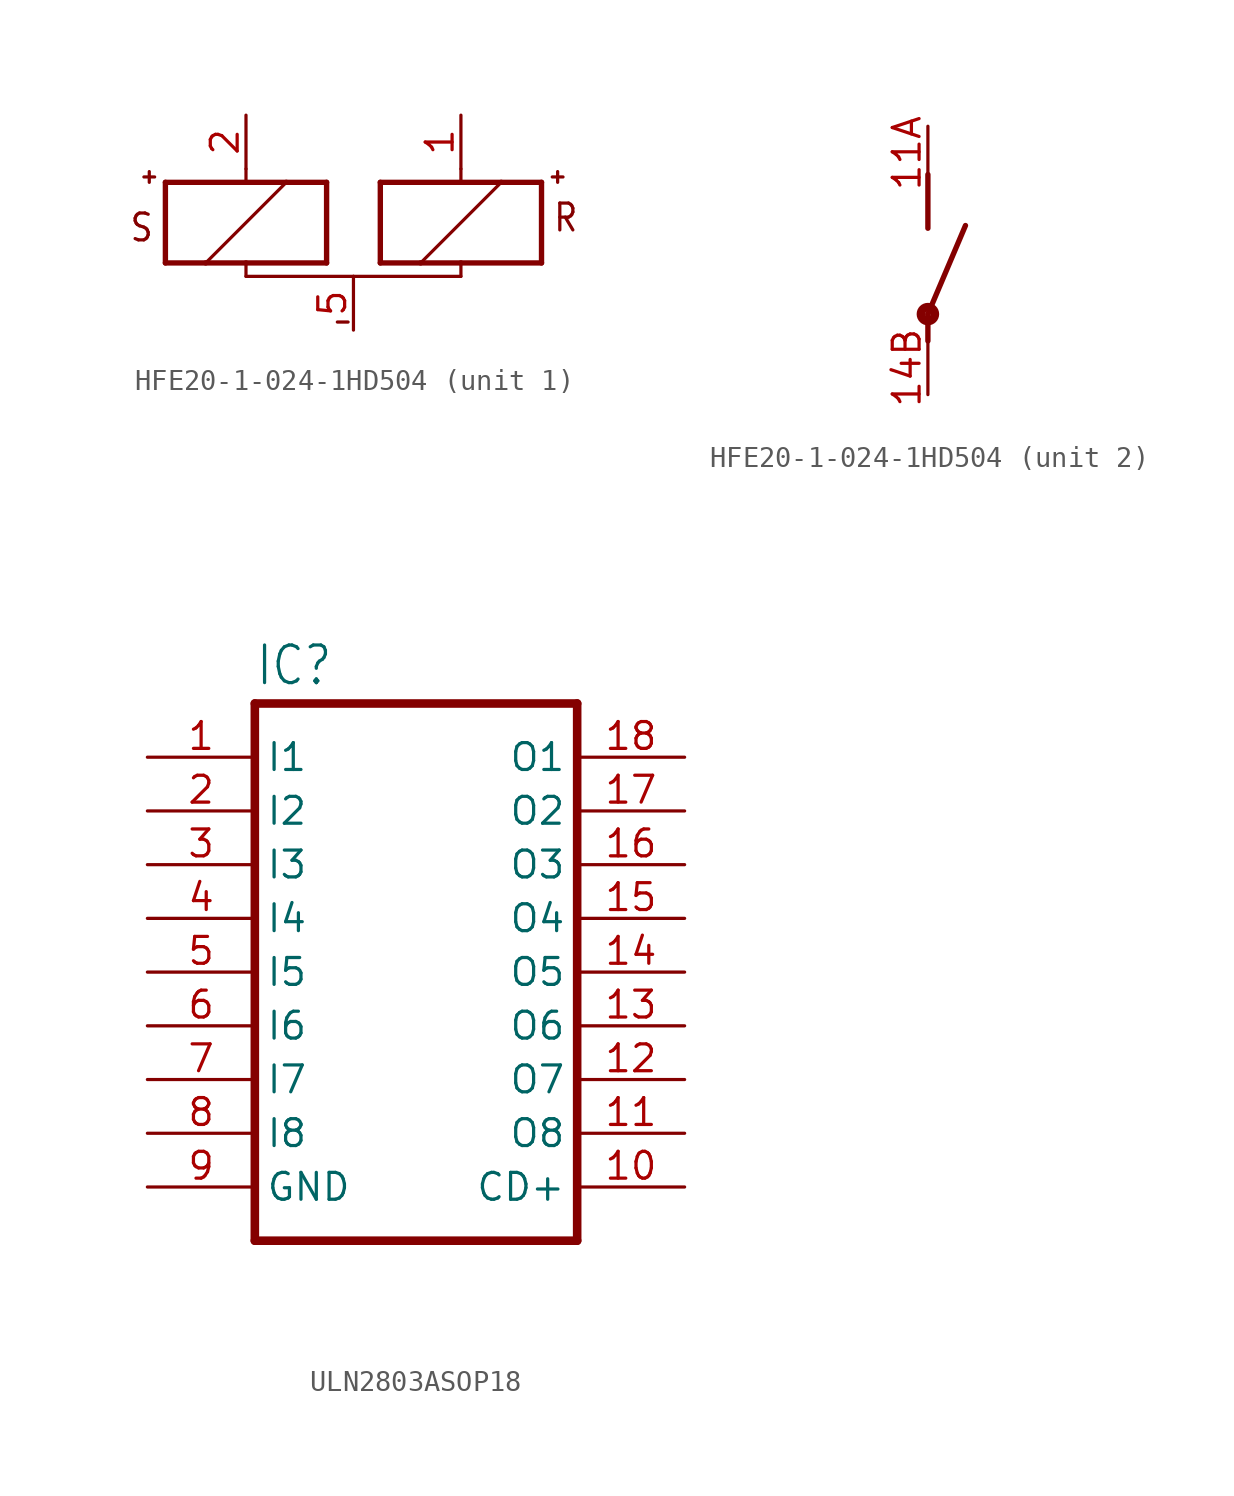
<source format=kicad_sym>
(kicad_symbol_lib
  (version 20220914)
  (generator kicad_symbol_editor)
  (symbol "HFE20-1-024-1HD504"
    (property "Reference" ""
      (at 2.54 0 0)
      (effects (font (size 1.778 1.511)) (justify left bottom) hide))
    (property "ki_locked" ""
      (at 0 0 0)
      (effects (font (size 1.27 1.27))))
    (symbol "HFE20-1-024-1HD504_1_0"
      (polyline (pts (xy -14.732 2.413) (xy -14.732 1.905)) (stroke (width 0.152) (type solid)) (fill (type none)))
      (polyline (pts (xy -14.478 2.159) (xy -14.986 2.159)) (stroke (width 0.152) (type solid)) (fill (type none)))
      (polyline (pts (xy -13.97 -1.905) (xy -12.065 -1.905)) (stroke (width 0.254) (type solid)) (fill (type none)))
      (polyline (pts (xy -13.97 1.905) (xy -13.97 -1.905)) (stroke (width 0.254) (type solid)) (fill (type none)))
      (polyline (pts (xy -12.065 -1.905) (xy -10.16 -1.905)) (stroke (width 0.254) (type solid)) (fill (type none)))
      (polyline (pts (xy -10.16 -2.54) (xy -10.16 -1.905)) (stroke (width 0.152) (type solid)) (fill (type none)))
      (polyline (pts (xy -10.16 -1.905) (xy -6.35 -1.905)) (stroke (width 0.254) (type solid)) (fill (type none)))
      (polyline (pts (xy -10.16 1.905) (xy -13.97 1.905)) (stroke (width 0.254) (type solid)) (fill (type none)))
      (polyline (pts (xy -10.16 2.54) (xy -10.16 1.905)) (stroke (width 0.152) (type solid)) (fill (type none)))
      (polyline (pts (xy -8.255 1.905) (xy -12.065 -1.905)) (stroke (width 0.152) (type solid)) (fill (type none)))
      (polyline (pts (xy -8.255 1.905) (xy -10.16 1.905)) (stroke (width 0.254) (type solid)) (fill (type none)))
      (polyline (pts (xy -6.35 -1.905) (xy -6.35 1.905)) (stroke (width 0.254) (type solid)) (fill (type none)))
      (polyline (pts (xy -6.35 1.905) (xy -8.255 1.905)) (stroke (width 0.254) (type solid)) (fill (type none)))
      (polyline (pts (xy -5.842 -4.699) (xy -5.334 -4.699)) (stroke (width 0.152) (type solid)) (fill (type none)))
      (polyline (pts (xy -5.08 -2.54) (xy -10.16 -2.54)) (stroke (width 0.152) (type solid)) (fill (type none)))
      (polyline (pts (xy -5.08 -2.54) (xy 0 -2.54)) (stroke (width 0.152) (type solid)) (fill (type none)))
      (polyline (pts (xy -3.81 -1.905) (xy -1.905 -1.905)) (stroke (width 0.254) (type solid)) (fill (type none)))
      (polyline (pts (xy -3.81 1.905) (xy -3.81 -1.905)) (stroke (width 0.254) (type solid)) (fill (type none)))
      (polyline (pts (xy -1.905 -1.905) (xy 0 -1.905)) (stroke (width 0.254) (type solid)) (fill (type none)))
      (polyline (pts (xy -1.905 -1.905) (xy 1.905 1.905)) (stroke (width 0.152) (type solid)) (fill (type none)))
      (polyline (pts (xy 0 -2.54) (xy 0 -1.905)) (stroke (width 0.152) (type solid)) (fill (type none)))
      (polyline (pts (xy 0 -1.905) (xy 3.81 -1.905)) (stroke (width 0.254) (type solid)) (fill (type none)))
      (polyline (pts (xy 0 1.905) (xy -3.81 1.905)) (stroke (width 0.254) (type solid)) (fill (type none)))
      (polyline (pts (xy 0 2.54) (xy 0 1.905)) (stroke (width 0.152) (type solid)) (fill (type none)))
      (polyline (pts (xy 1.905 1.905) (xy 0 1.905)) (stroke (width 0.254) (type solid)) (fill (type none)))
      (polyline (pts (xy 3.81 -1.905) (xy 3.81 1.905)) (stroke (width 0.254) (type solid)) (fill (type none)))
      (polyline (pts (xy 3.81 1.905) (xy 1.905 1.905)) (stroke (width 0.254) (type solid)) (fill (type none)))
      (polyline (pts (xy 4.318 2.159) (xy 4.826 2.159)) (stroke (width 0.152) (type solid)) (fill (type none)))
      (polyline (pts (xy 4.572 2.413) (xy 4.572 1.905)) (stroke (width 0.152) (type solid)) (fill (type none)))
      (text "R" (at 4.318 -0.508 0) (effects (font (size 1.27 1.079)) (justify left bottom)))
      (text "S" (at -14.478 0.508 0) (effects (font (size 1.27 1.079)) (justify right top)))
      (pin passive line (at 0 5.08 270) (length 2.54) (name "R+" (effects (font (size 0 0)))) (number "1" (effects (font (size 1.27 1.27)))))
      (pin passive line (at -10.16 5.08 270) (length 2.54) (name "S+" (effects (font (size 0 0)))) (number "2" (effects (font (size 1.27 1.27)))))
      (pin passive line (at -5.08 -5.08 90) (length 2.54) (name "-" (effects (font (size 0 0)))) (number "5" (effects (font (size 1.27 1.27))))))
    (symbol "HFE20-1-024-1HD504_2_0"
      (polyline (pts (xy 0 1.27) (xy 0 0)) (stroke (width 0.254) (type solid)) (fill (type none)))
      (polyline (pts (xy 0 1.27) (xy 1.778 5.461)) (stroke (width 0.254) (type solid)) (fill (type none)))
      (polyline (pts (xy 0 5.334) (xy 0 7.874)) (stroke (width 0.254) (type solid)) (fill (type none)))
      (circle (center 0 1.27) (radius 0.127) (stroke (width 0.406) (type solid)) (fill (type none)))
      (pin passive line (at 0 10.16 270) (length 2.54) (name "PB" (effects (font (size 0 0)))) (number "11A" (effects (font (size 1.27 1.27)))))
      (pin passive line (at 0 -2.54 90) (length 2.54) (name "PA" (effects (font (size 0 0)))) (number "14B" (effects (font (size 1.27 1.27)))))))
  (symbol "ULN2803ASOP18"
    (property "Reference" "IC"
      (at -7.62 13.462 0)
      (effects (font (size 1.778 1.511)) (justify left bottom)))
    (property "Value" ""
      (at -7.62 -15.24 0)
      (effects (font (size 1.778 1.511)) (justify left bottom)))
    (property "ki_locked" ""
      (at 0 0 0)
      (effects (font (size 1.27 1.27))))
    (symbol "ULN2803ASOP18_1_0"
      (polyline (pts (xy -7.62 12.7) (xy -7.62 -12.7)) (stroke (width 0.406) (type solid)) (fill (type none)))
      (polyline (pts (xy -7.62 12.7) (xy 7.62 12.7)) (stroke (width 0.406) (type solid)) (fill (type none)))
      (polyline (pts (xy 7.62 -12.7) (xy -7.62 -12.7)) (stroke (width 0.406) (type solid)) (fill (type none)))
      (polyline (pts (xy 7.62 -12.7) (xy 7.62 12.7)) (stroke (width 0.406) (type solid)) (fill (type none)))
      (pin input line (at -12.7 10.16 0) (length 5.08) (name "I1" (effects (font (size 1.27 1.27)))) (number "1" (effects (font (size 1.27 1.27)))))
      (pin passive line (at 12.7 -10.16 180) (length 5.08) (name "CD+" (effects (font (size 1.27 1.27)))) (number "10" (effects (font (size 1.27 1.27)))))
      (pin open_collector line (at 12.7 -7.62 180) (length 5.08) (name "O8" (effects (font (size 1.27 1.27)))) (number "11" (effects (font (size 1.27 1.27)))))
      (pin open_collector line (at 12.7 -5.08 180) (length 5.08) (name "O7" (effects (font (size 1.27 1.27)))) (number "12" (effects (font (size 1.27 1.27)))))
      (pin open_collector line (at 12.7 -2.54 180) (length 5.08) (name "O6" (effects (font (size 1.27 1.27)))) (number "13" (effects (font (size 1.27 1.27)))))
      (pin open_collector line (at 12.7 0 180) (length 5.08) (name "O5" (effects (font (size 1.27 1.27)))) (number "14" (effects (font (size 1.27 1.27)))))
      (pin open_collector line (at 12.7 2.54 180) (length 5.08) (name "O4" (effects (font (size 1.27 1.27)))) (number "15" (effects (font (size 1.27 1.27)))))
      (pin open_collector line (at 12.7 5.08 180) (length 5.08) (name "O3" (effects (font (size 1.27 1.27)))) (number "16" (effects (font (size 1.27 1.27)))))
      (pin open_collector line (at 12.7 7.62 180) (length 5.08) (name "O2" (effects (font (size 1.27 1.27)))) (number "17" (effects (font (size 1.27 1.27)))))
      (pin open_collector line (at 12.7 10.16 180) (length 5.08) (name "O1" (effects (font (size 1.27 1.27)))) (number "18" (effects (font (size 1.27 1.27)))))
      (pin input line (at -12.7 7.62 0) (length 5.08) (name "I2" (effects (font (size 1.27 1.27)))) (number "2" (effects (font (size 1.27 1.27)))))
      (pin input line (at -12.7 5.08 0) (length 5.08) (name "I3" (effects (font (size 1.27 1.27)))) (number "3" (effects (font (size 1.27 1.27)))))
      (pin input line (at -12.7 2.54 0) (length 5.08) (name "I4" (effects (font (size 1.27 1.27)))) (number "4" (effects (font (size 1.27 1.27)))))
      (pin input line (at -12.7 0 0) (length 5.08) (name "I5" (effects (font (size 1.27 1.27)))) (number "5" (effects (font (size 1.27 1.27)))))
      (pin input line (at -12.7 -2.54 0) (length 5.08) (name "I6" (effects (font (size 1.27 1.27)))) (number "6" (effects (font (size 1.27 1.27)))))
      (pin input line (at -12.7 -5.08 0) (length 5.08) (name "I7" (effects (font (size 1.27 1.27)))) (number "7" (effects (font (size 1.27 1.27)))))
      (pin input line (at -12.7 -7.62 0) (length 5.08) (name "I8" (effects (font (size 1.27 1.27)))) (number "8" (effects (font (size 1.27 1.27)))))
      (pin power_in line (at -12.7 -10.16 0) (length 5.08) (name "GND" (effects (font (size 1.27 1.27)))) (number "9" (effects (font (size 1.27 1.27))))))))
</source>
